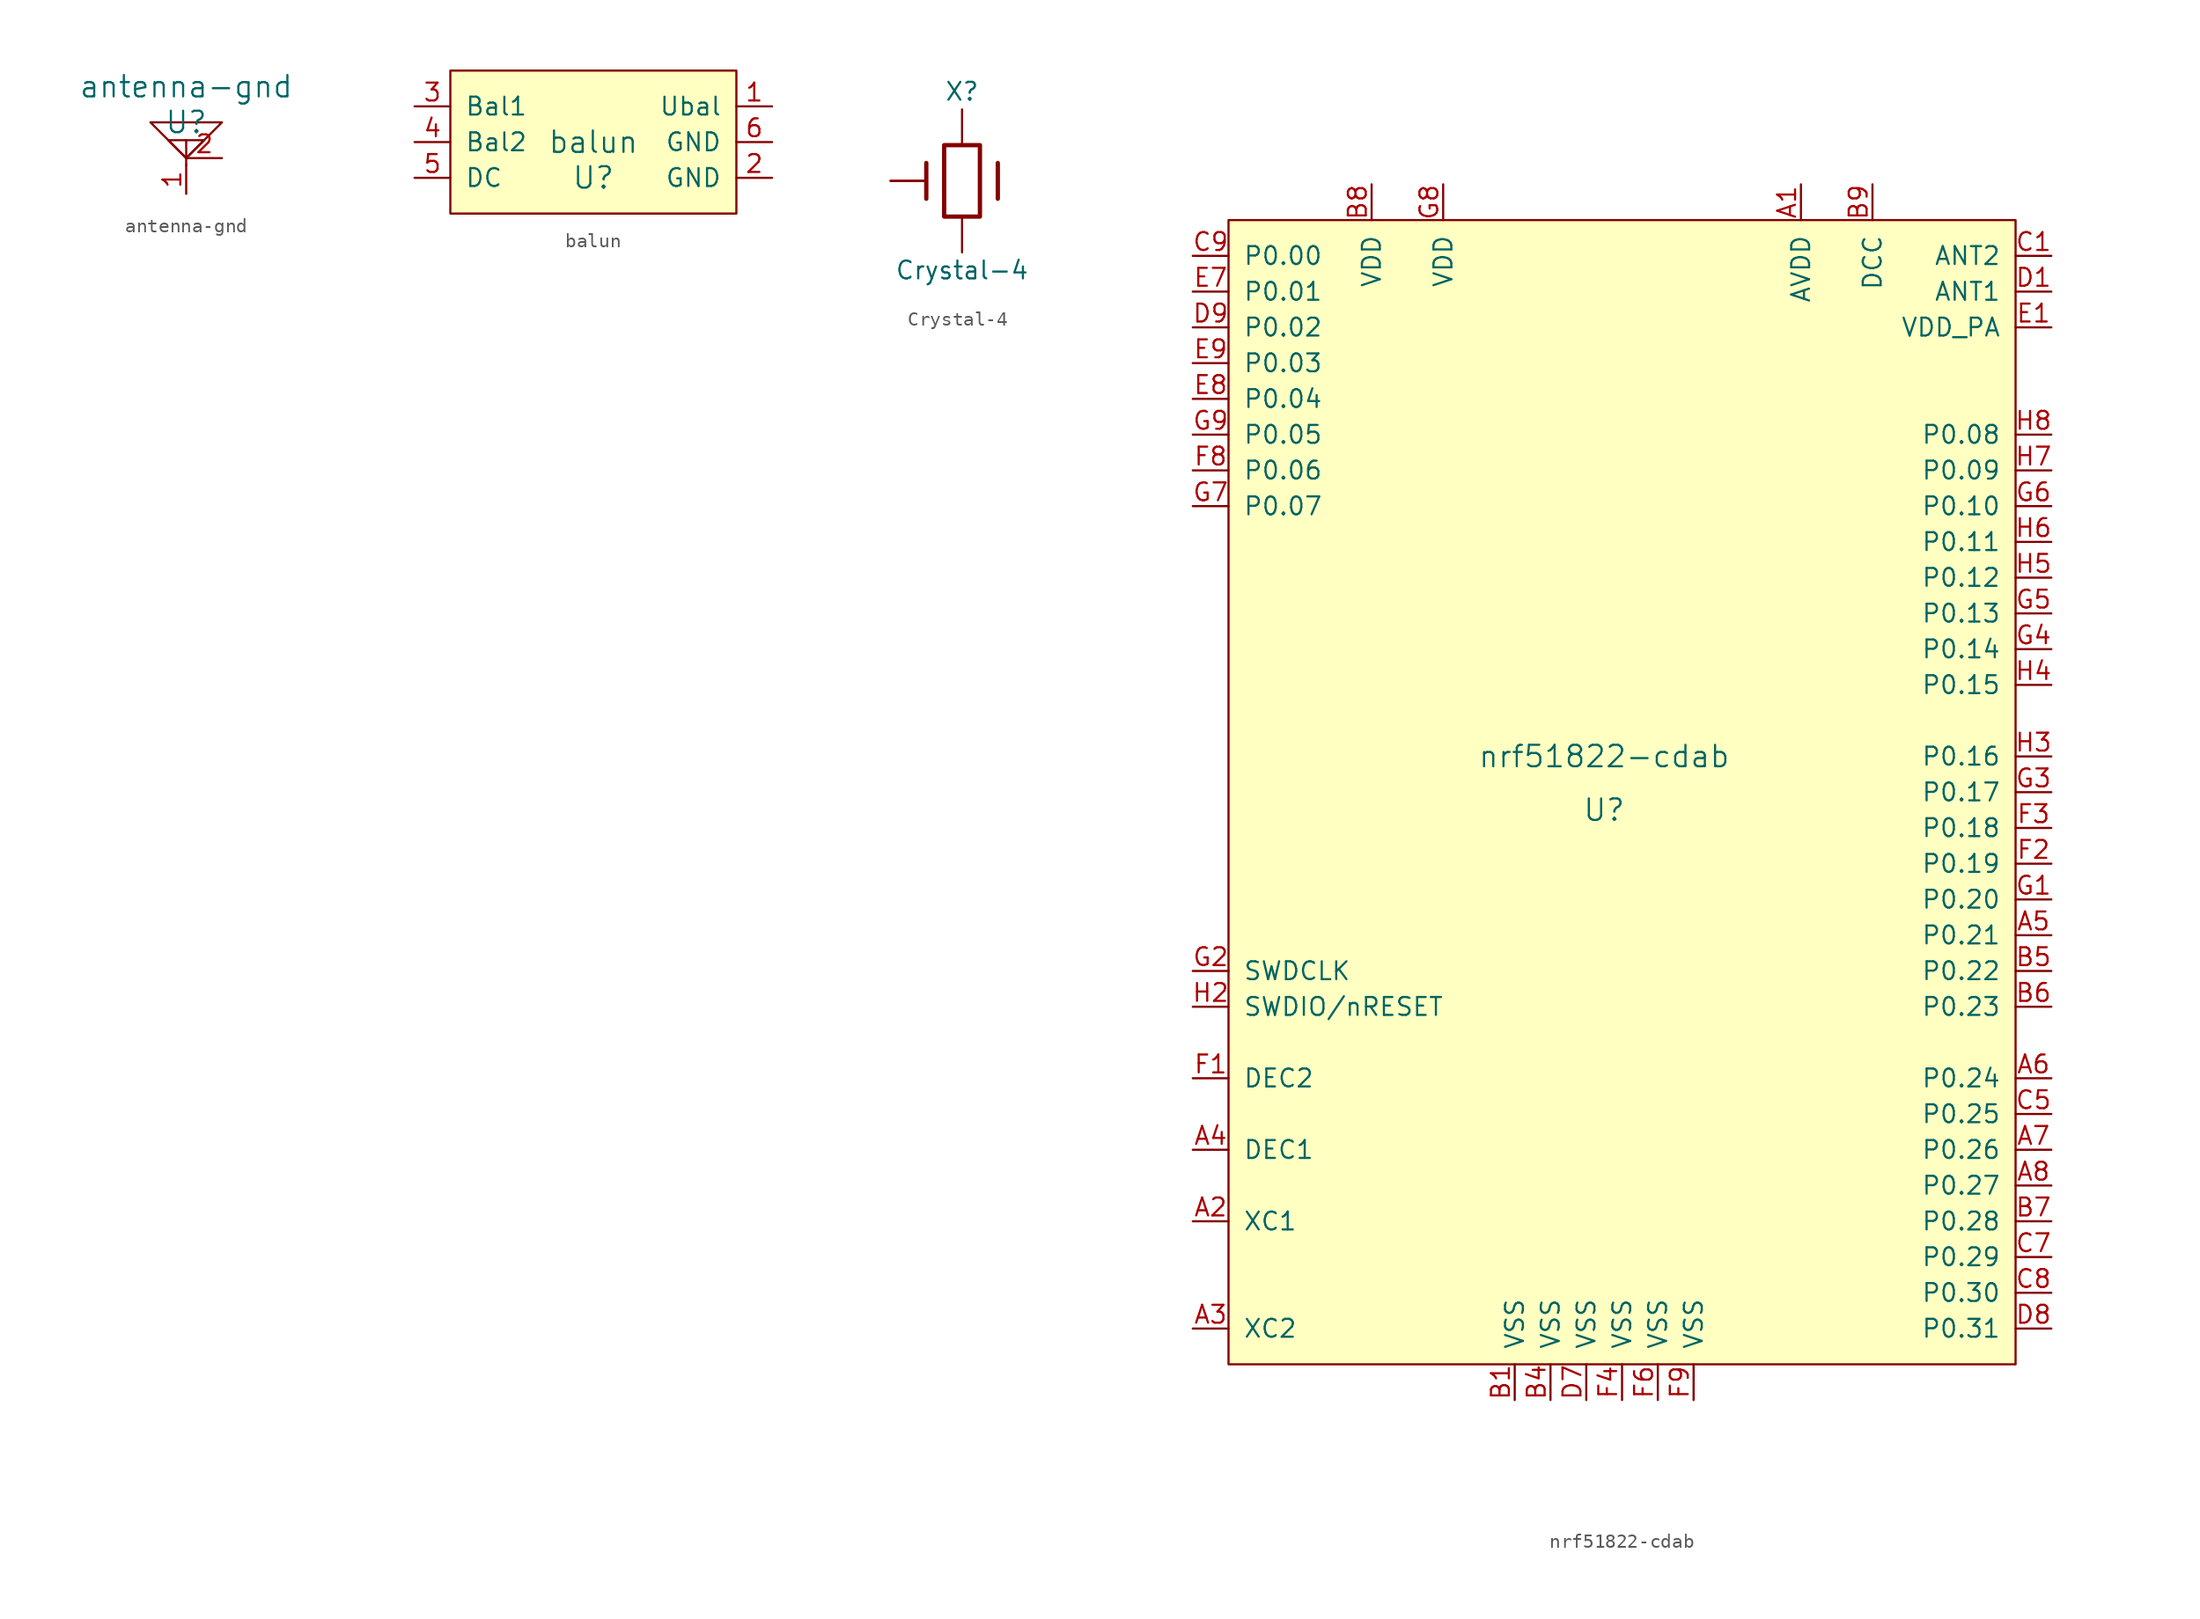
<source format=kicad_sym>
(kicad_symbol_lib
  (version 20211014)
  (generator kicad_symbol_editor)
  (symbol "antenna-gnd"
    (pin_names
      (offset 1.016))
    (property "Reference" "U"
      (at 0 5.08 0)
      (effects (font (size 1.524 1.524))))
    (property "Value" "antenna-gnd"
      (at 0 7.62 0)
      (effects (font (size 1.524 1.524))))
    (property "Footprint" ""
      (at 0 2.54 0)
      (effects (font (size 1.524 1.524))))
    (property "Datasheet" ""
      (at 0 2.54 0)
      (effects (font (size 1.524 1.524))))
    (symbol "antenna-gnd_0_1"
      (polyline (pts (xy 0 2.54) (xy 0 2.032)) (stroke (width 0) (type default) (color 0 0 0 0)) (fill (type none)))
      (polyline (pts (xy 0 3.81) (xy 0 2.54)) (stroke (width 0) (type default) (color 0 0 0 0)) (fill (type none)))
      (polyline (pts (xy -1.27 3.81) (xy 1.27 3.81) (xy 0 2.54) (xy -1.27 3.81)) (stroke (width 0) (type default) (color 0 0 0 0)) (fill (type none)))
      (polyline (pts (xy 0 2.54) (xy -2.54 5.08) (xy 2.54 5.08) (xy 1.27 3.81) (xy 0 2.54)) (stroke (width 0) (type default) (color 0 0 0 0)) (fill (type none))))
    (symbol "antenna-gnd_1_1"
      (pin input line (at 0 0 90) (length 2.032) (name "~" (effects (font (size 1.27 1.27)))) (number "1" (effects (font (size 1.27 1.27)))))
      (pin input line (at 2.54 2.54 180) (length 2.489) (name "~" (effects (font (size 1.27 1.27)))) (number "2" (effects (font (size 1.27 1.27)))))
      (pin input line (at 2.54 2.54 180) (length 2.489) hide (name "~" (effects (font (size 1.27 1.27)))) (number "3" (effects (font (size 1.27 1.27)))))
      (pin input line (at 0 0 90) (length 2.032) hide (name "~" (effects (font (size 1.27 1.27)))) (number "4" (effects (font (size 1.27 1.27)))))))
  (symbol "balun"
    (pin_names
      (offset 1.016))
    (property "Reference" "U"
      (at 0 -2.54 0)
      (effects (font (size 1.524 1.524))))
    (property "Value" "balun"
      (at 0 0 0)
      (effects (font (size 1.524 1.524))))
    (property "Footprint" ""
      (at 0 0 0)
      (effects (font (size 1.524 1.524))))
    (property "Datasheet" ""
      (at 0 0 0)
      (effects (font (size 1.524 1.524))))
    (symbol "balun_0_1"
      (rectangle (start 10.16 -5.08) (end -10.16 5.08) (stroke (width 0) (type default) (color 0 0 0 0)) (fill (type background))))
    (symbol "balun_1_1"
      (pin bidirectional line (at 12.7 2.54 180) (length 2.54) (name "Ubal" (effects (font (size 1.27 1.27)))) (number "1" (effects (font (size 1.27 1.27)))))
      (pin power_in line (at 12.7 -2.54 180) (length 2.54) (name "GND" (effects (font (size 1.27 1.27)))) (number "2" (effects (font (size 1.27 1.27)))))
      (pin bidirectional line (at -12.7 2.54 0) (length 2.54) (name "Bal1" (effects (font (size 1.27 1.27)))) (number "3" (effects (font (size 1.27 1.27)))))
      (pin bidirectional line (at -12.7 0 0) (length 2.54) (name "Bal2" (effects (font (size 1.27 1.27)))) (number "4" (effects (font (size 1.27 1.27)))))
      (pin power_in line (at -12.7 -2.54 0) (length 2.54) (name "DC" (effects (font (size 1.27 1.27)))) (number "5" (effects (font (size 1.27 1.27)))))
      (pin power_in line (at 12.7 0 180) (length 2.54) (name "GND" (effects (font (size 1.27 1.27)))) (number "6" (effects (font (size 1.27 1.27)))))))
  (symbol "Crystal-4"
    (pin_numbers hide)
    (pin_names
      (offset 1.016) hide)
    (property "Reference" "X"
      (at 0 6.35 0)
      (effects (font (size 1.27 1.27))))
    (property "Value" "Crystal-4"
      (at 0 -6.35 0)
      (effects (font (size 1.27 1.27))))
    (property "Footprint" ""
      (at 0 0 0)
      (effects (font (size 1.27 1.27))))
    (property "Datasheet" ""
      (at 0 0 0)
      (effects (font (size 1.27 1.27))))
    (symbol "Crystal-4_0_1"
      (rectangle (start -1.27 2.54) (end 1.27 -2.54) (stroke (width 0.305) (type default) (color 0 0 0 0)) (fill (type none)))
      (polyline (pts (xy -2.54 -1.27) (xy -2.54 1.27)) (stroke (width 0.305) (type default) (color 0 0 0 0)) (fill (type none)))
      (polyline (pts (xy 2.54 -1.27) (xy 2.54 1.27)) (stroke (width 0.305) (type default) (color 0 0 0 0)) (fill (type none))))
    (symbol "Crystal-4_1_1"
      (pin passive line (at 0 5.08 270) (length 2.54) (name "1" (effects (font (size 1.016 1.016)))) (number "1" (effects (font (size 1.016 1.016)))))
      (pin passive line (at -5.08 0 0) (length 2.54) (name "4" (effects (font (size 1.016 1.016)))) (number "2" (effects (font (size 1.016 1.016)))))
      (pin passive line (at 0 -5.08 90) (length 2.54) (name "3" (effects (font (size 1.016 1.016)))) (number "3" (effects (font (size 1.016 1.016)))))
      (pin passive line (at -5.08 0 0) (length 2.54) (name "4" (effects (font (size 1.016 1.016)))) (number "4" (effects (font (size 1.016 1.016)))))))
  (symbol "nrf51822-cdab"
    (pin_names
      (offset 1.016))
    (property "Reference" "U"
      (at -1.27 -1.27 0)
      (effects (font (size 1.524 1.524))))
    (property "Value" "nrf51822-cdab"
      (at -1.27 2.54 0)
      (effects (font (size 1.524 1.524))))
    (property "Footprint" ""
      (at -2.54 8.89 0)
      (effects (font (size 1.524 1.524))))
    (property "Datasheet" ""
      (at -2.54 8.89 0)
      (effects (font (size 1.524 1.524))))
    (symbol "nrf51822-cdab_0_1"
      (rectangle (start -27.94 40.64) (end 27.94 -40.64) (stroke (width 0) (type default) (color 0 0 0 0)) (fill (type background))))
    (symbol "nrf51822-cdab_1_1"
      (pin power_in line (at 12.7 43.18 270) (length 2.54) (name "AVDD" (effects (font (size 1.27 1.27)))) (number "A1" (effects (font (size 1.27 1.27)))))
      (pin input line (at -30.48 -30.48 0) (length 2.54) (name "XC1" (effects (font (size 1.27 1.27)))) (number "A2" (effects (font (size 1.27 1.27)))))
      (pin output line (at -30.48 -38.1 0) (length 2.54) (name "XC2" (effects (font (size 1.27 1.27)))) (number "A3" (effects (font (size 1.27 1.27)))))
      (pin power_in line (at -30.48 -25.4 0) (length 2.54) (name "DEC1" (effects (font (size 1.27 1.27)))) (number "A4" (effects (font (size 1.27 1.27)))))
      (pin bidirectional line (at 30.48 -10.16 180) (length 2.54) (name "P0.21" (effects (font (size 1.27 1.27)))) (number "A5" (effects (font (size 1.27 1.27)))))
      (pin bidirectional line (at 30.48 -20.32 180) (length 2.54) (name "P0.24" (effects (font (size 1.27 1.27)))) (number "A6" (effects (font (size 1.27 1.27)))))
      (pin bidirectional line (at 30.48 -25.4 180) (length 2.54) (name "P0.26" (effects (font (size 1.27 1.27)))) (number "A7" (effects (font (size 1.27 1.27)))))
      (pin bidirectional line (at 30.48 -27.94 180) (length 2.54) (name "P0.27" (effects (font (size 1.27 1.27)))) (number "A8" (effects (font (size 1.27 1.27)))))
      (pin power_in line (at -7.62 -43.18 90) (length 2.54) (name "VSS" (effects (font (size 1.27 1.27)))) (number "B1" (effects (font (size 1.27 1.27)))))
      (pin power_in line (at -5.08 -43.18 90) (length 2.54) (name "VSS" (effects (font (size 1.27 1.27)))) (number "B4" (effects (font (size 1.27 1.27)))))
      (pin bidirectional line (at 30.48 -12.7 180) (length 2.54) (name "P0.22" (effects (font (size 1.27 1.27)))) (number "B5" (effects (font (size 1.27 1.27)))))
      (pin bidirectional line (at 30.48 -15.24 180) (length 2.54) (name "P0.23" (effects (font (size 1.27 1.27)))) (number "B6" (effects (font (size 1.27 1.27)))))
      (pin bidirectional line (at 30.48 -30.48 180) (length 2.54) (name "P0.28" (effects (font (size 1.27 1.27)))) (number "B7" (effects (font (size 1.27 1.27)))))
      (pin power_in line (at -17.78 43.18 270) (length 2.54) (name "VDD" (effects (font (size 1.27 1.27)))) (number "B8" (effects (font (size 1.27 1.27)))))
      (pin power_in line (at 17.78 43.18 270) (length 2.54) (name "DCC" (effects (font (size 1.27 1.27)))) (number "B9" (effects (font (size 1.27 1.27)))))
      (pin bidirectional line (at 30.48 38.1 180) (length 2.54) (name "ANT2" (effects (font (size 1.27 1.27)))) (number "C1" (effects (font (size 1.27 1.27)))))
      (pin bidirectional line (at 30.48 -22.86 180) (length 2.54) (name "P0.25" (effects (font (size 1.27 1.27)))) (number "C5" (effects (font (size 1.27 1.27)))))
      (pin bidirectional line (at 30.48 -33.02 180) (length 2.54) (name "P0.29" (effects (font (size 1.27 1.27)))) (number "C7" (effects (font (size 1.27 1.27)))))
      (pin bidirectional line (at 30.48 -35.56 180) (length 2.54) (name "P0.30" (effects (font (size 1.27 1.27)))) (number "C8" (effects (font (size 1.27 1.27)))))
      (pin bidirectional line (at -30.48 38.1 0) (length 2.54) (name "P0.00" (effects (font (size 1.27 1.27)))) (number "C9" (effects (font (size 1.27 1.27)))))
      (pin bidirectional line (at 30.48 35.56 180) (length 2.54) (name "ANT1" (effects (font (size 1.27 1.27)))) (number "D1" (effects (font (size 1.27 1.27)))))
      (pin power_in line (at -2.54 -43.18 90) (length 2.54) (name "VSS" (effects (font (size 1.27 1.27)))) (number "D7" (effects (font (size 1.27 1.27)))))
      (pin bidirectional line (at 30.48 -38.1 180) (length 2.54) (name "P0.31" (effects (font (size 1.27 1.27)))) (number "D8" (effects (font (size 1.27 1.27)))))
      (pin bidirectional line (at -30.48 33.02 0) (length 2.54) (name "P0.02" (effects (font (size 1.27 1.27)))) (number "D9" (effects (font (size 1.27 1.27)))))
      (pin power_out line (at 30.48 33.02 180) (length 2.54) (name "VDD_PA" (effects (font (size 1.27 1.27)))) (number "E1" (effects (font (size 1.27 1.27)))))
      (pin bidirectional line (at -30.48 35.56 0) (length 2.54) (name "P0.01" (effects (font (size 1.27 1.27)))) (number "E7" (effects (font (size 1.27 1.27)))))
      (pin bidirectional line (at -30.48 27.94 0) (length 2.54) (name "P0.04" (effects (font (size 1.27 1.27)))) (number "E8" (effects (font (size 1.27 1.27)))))
      (pin bidirectional line (at -30.48 30.48 0) (length 2.54) (name "P0.03" (effects (font (size 1.27 1.27)))) (number "E9" (effects (font (size 1.27 1.27)))))
      (pin power_in line (at -30.48 -20.32 0) (length 2.54) (name "DEC2" (effects (font (size 1.27 1.27)))) (number "F1" (effects (font (size 1.27 1.27)))))
      (pin bidirectional line (at 30.48 -5.08 180) (length 2.54) (name "P0.19" (effects (font (size 1.27 1.27)))) (number "F2" (effects (font (size 1.27 1.27)))))
      (pin bidirectional line (at 30.48 -2.54 180) (length 2.54) (name "P0.18" (effects (font (size 1.27 1.27)))) (number "F3" (effects (font (size 1.27 1.27)))))
      (pin power_out line (at 0 -43.18 90) (length 2.54) (name "VSS" (effects (font (size 1.27 1.27)))) (number "F4" (effects (font (size 1.27 1.27)))))
      (pin power_in line (at 2.54 -43.18 90) (length 2.54) (name "VSS" (effects (font (size 1.27 1.27)))) (number "F6" (effects (font (size 1.27 1.27)))))
      (pin bidirectional line (at -30.48 22.86 0) (length 2.54) (name "P0.06" (effects (font (size 1.27 1.27)))) (number "F8" (effects (font (size 1.27 1.27)))))
      (pin power_in line (at 5.08 -43.18 90) (length 2.54) (name "VSS" (effects (font (size 1.27 1.27)))) (number "F9" (effects (font (size 1.27 1.27)))))
      (pin bidirectional line (at 30.48 -7.62 180) (length 2.54) (name "P0.20" (effects (font (size 1.27 1.27)))) (number "G1" (effects (font (size 1.27 1.27)))))
      (pin input line (at -30.48 -12.7 0) (length 2.54) (name "SWDCLK" (effects (font (size 1.27 1.27)))) (number "G2" (effects (font (size 1.27 1.27)))))
      (pin bidirectional line (at 30.48 0 180) (length 2.54) (name "P0.17" (effects (font (size 1.27 1.27)))) (number "G3" (effects (font (size 1.27 1.27)))))
      (pin bidirectional line (at 30.48 10.16 180) (length 2.54) (name "P0.14" (effects (font (size 1.27 1.27)))) (number "G4" (effects (font (size 1.27 1.27)))))
      (pin bidirectional line (at 30.48 12.7 180) (length 2.54) (name "P0.13" (effects (font (size 1.27 1.27)))) (number "G5" (effects (font (size 1.27 1.27)))))
      (pin bidirectional line (at 30.48 20.32 180) (length 2.54) (name "P0.10" (effects (font (size 1.27 1.27)))) (number "G6" (effects (font (size 1.27 1.27)))))
      (pin bidirectional line (at -30.48 20.32 0) (length 2.54) (name "P0.07" (effects (font (size 1.27 1.27)))) (number "G7" (effects (font (size 1.27 1.27)))))
      (pin power_in line (at -12.7 43.18 270) (length 2.54) (name "VDD" (effects (font (size 1.27 1.27)))) (number "G8" (effects (font (size 1.27 1.27)))))
      (pin bidirectional line (at -30.48 25.4 0) (length 2.54) (name "P0.05" (effects (font (size 1.27 1.27)))) (number "G9" (effects (font (size 1.27 1.27)))))
      (pin input line (at -30.48 -15.24 0) (length 2.54) (name "SWDIO/nRESET" (effects (font (size 1.27 1.27)))) (number "H2" (effects (font (size 1.27 1.27)))))
      (pin bidirectional line (at 30.48 2.54 180) (length 2.54) (name "P0.16" (effects (font (size 1.27 1.27)))) (number "H3" (effects (font (size 1.27 1.27)))))
      (pin bidirectional line (at 30.48 7.62 180) (length 2.54) (name "P0.15" (effects (font (size 1.27 1.27)))) (number "H4" (effects (font (size 1.27 1.27)))))
      (pin bidirectional line (at 30.48 15.24 180) (length 2.54) (name "P0.12" (effects (font (size 1.27 1.27)))) (number "H5" (effects (font (size 1.27 1.27)))))
      (pin bidirectional line (at 30.48 17.78 180) (length 2.54) (name "P0.11" (effects (font (size 1.27 1.27)))) (number "H6" (effects (font (size 1.27 1.27)))))
      (pin bidirectional line (at 30.48 22.86 180) (length 2.54) (name "P0.09" (effects (font (size 1.27 1.27)))) (number "H7" (effects (font (size 1.27 1.27)))))
      (pin bidirectional line (at 30.48 25.4 180) (length 2.54) (name "P0.08" (effects (font (size 1.27 1.27)))) (number "H8" (effects (font (size 1.27 1.27))))))))
</source>
